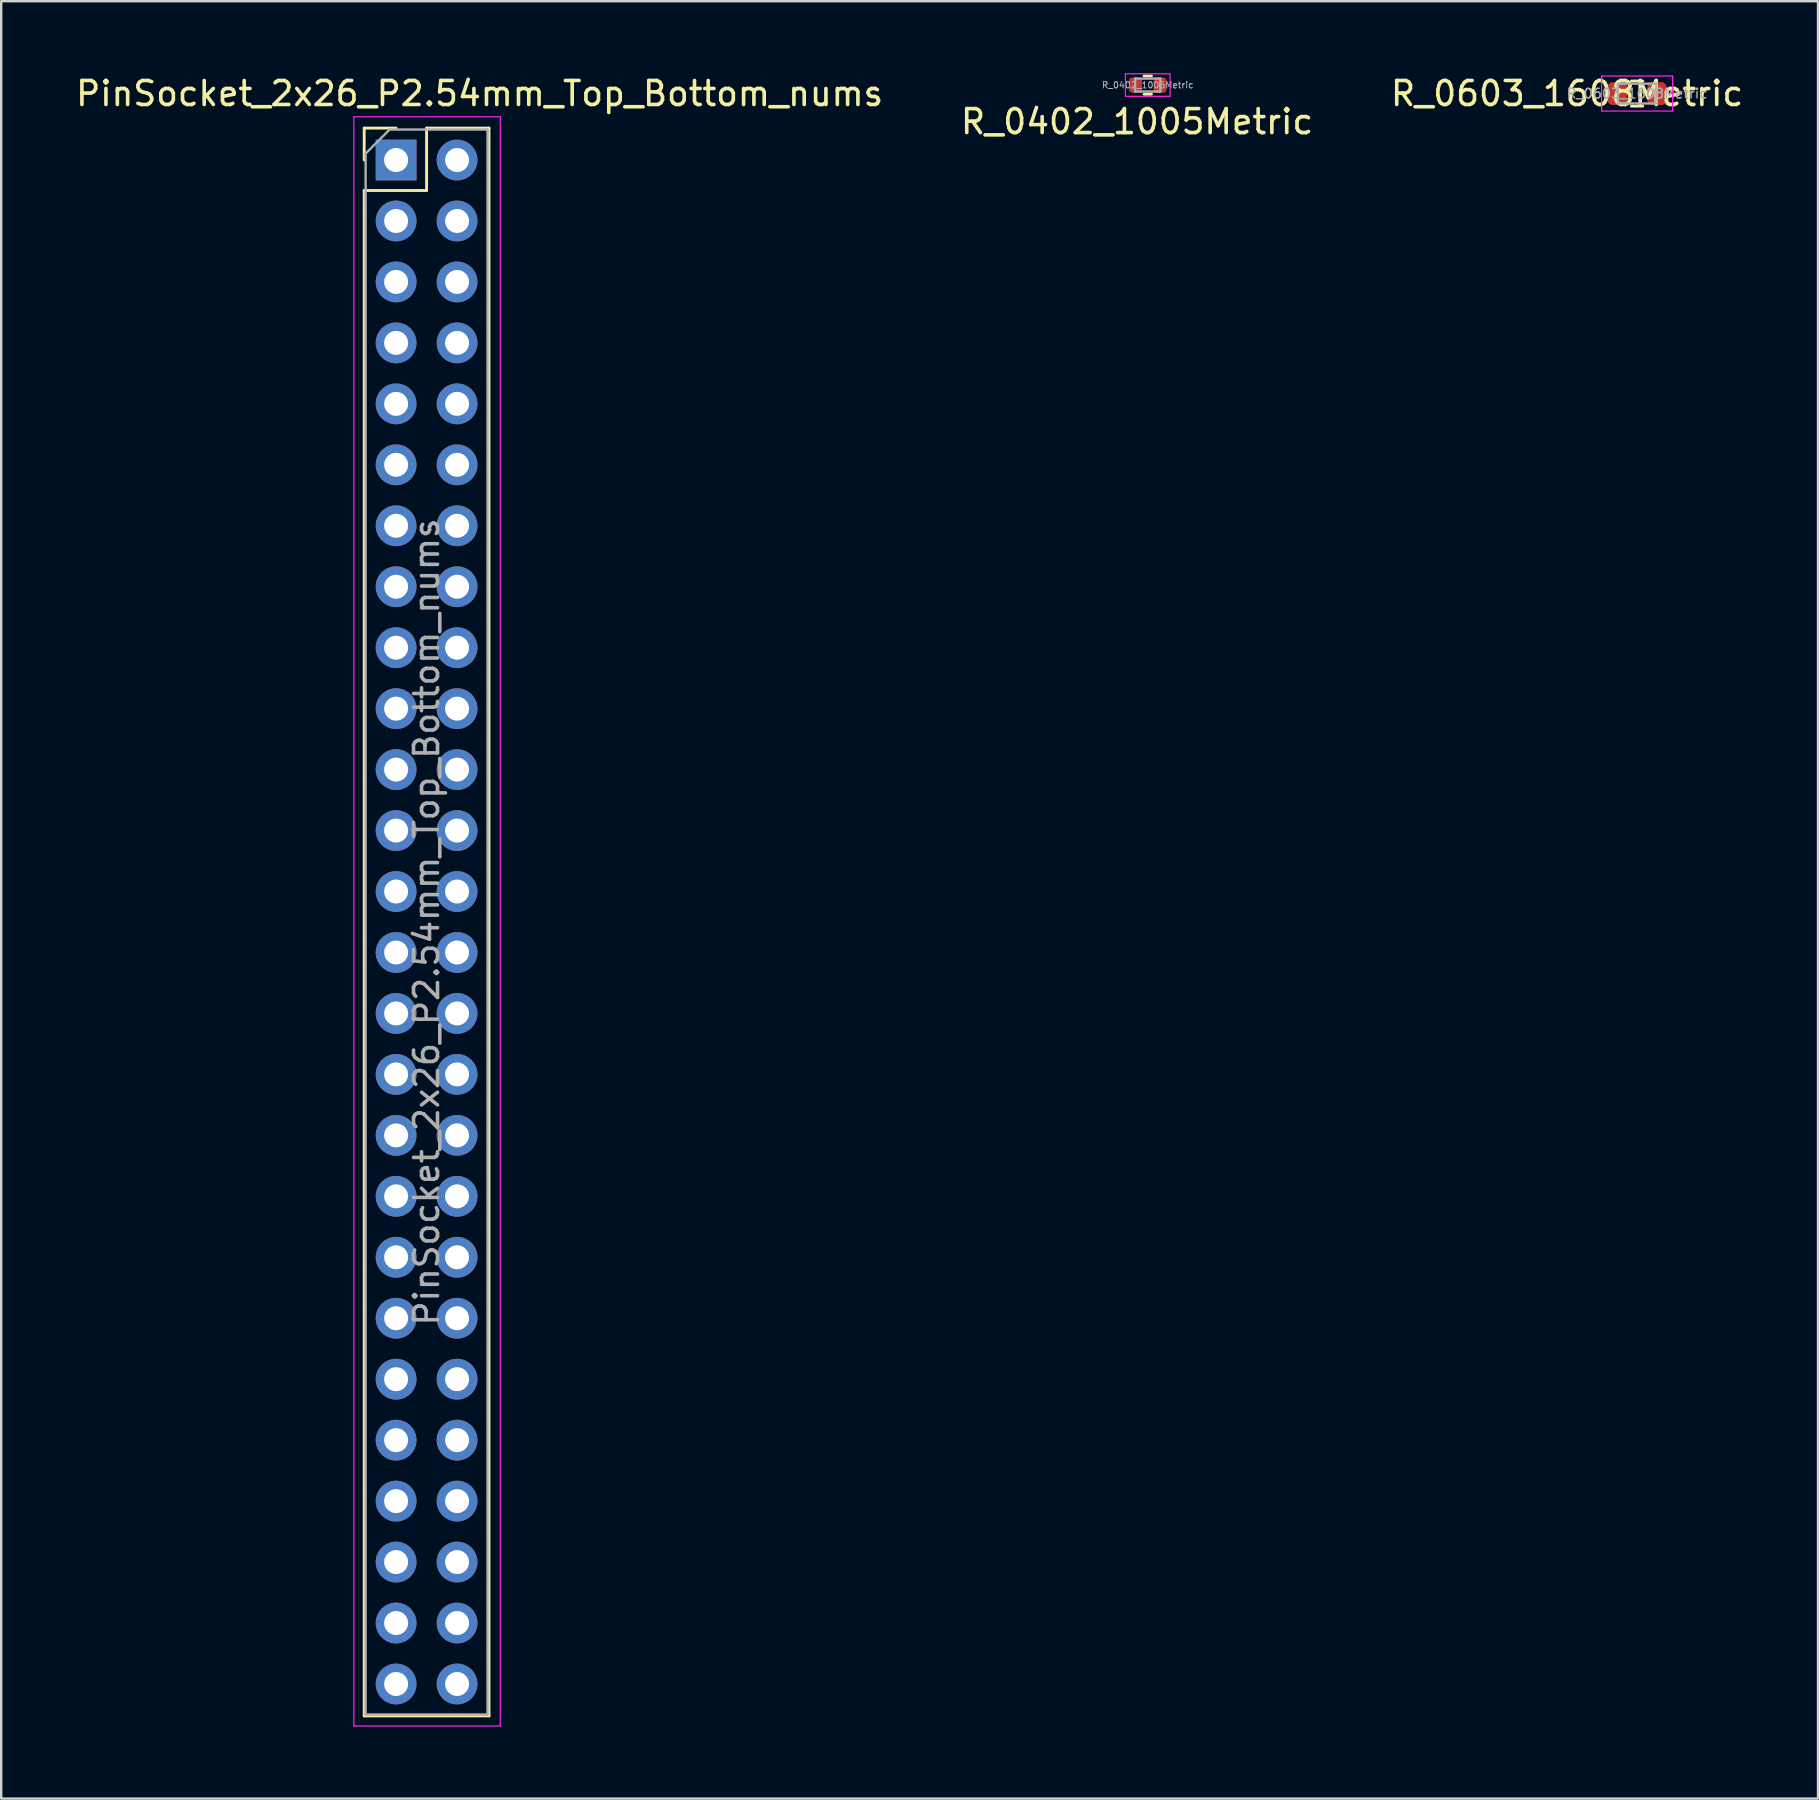
<source format=kicad_pcb>
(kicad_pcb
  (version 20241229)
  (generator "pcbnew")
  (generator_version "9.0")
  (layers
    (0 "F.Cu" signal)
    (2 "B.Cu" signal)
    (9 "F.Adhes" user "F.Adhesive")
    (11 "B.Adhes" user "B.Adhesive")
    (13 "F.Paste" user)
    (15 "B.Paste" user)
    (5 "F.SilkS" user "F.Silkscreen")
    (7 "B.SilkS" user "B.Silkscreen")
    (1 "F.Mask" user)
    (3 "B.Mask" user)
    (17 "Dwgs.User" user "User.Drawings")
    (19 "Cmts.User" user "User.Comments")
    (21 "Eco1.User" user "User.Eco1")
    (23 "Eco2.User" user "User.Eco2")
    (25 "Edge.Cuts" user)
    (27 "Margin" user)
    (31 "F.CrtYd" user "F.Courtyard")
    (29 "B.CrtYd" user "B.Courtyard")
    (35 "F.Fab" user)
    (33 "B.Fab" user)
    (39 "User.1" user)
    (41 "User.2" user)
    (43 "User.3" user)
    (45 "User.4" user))
  (footprint "R_0402_1005Metric"
    (layer "F.Cu")
    (at 44.774 0.495)
    (property "Reference" "R_0402_1005Metric" (at -0.447 1.524 0) (layer "F.SilkS") (effects (font (size 1 1) (thickness 0.15))))
    (attr smd)
    (fp_line (start -0.154 -0.38) (end 0.154 -0.38) (stroke (width 0.12) (type solid)) (layer "F.SilkS"))
    (fp_line (start -0.154 0.38) (end 0.154 0.38) (stroke (width 0.12) (type solid)) (layer "F.SilkS"))
    (fp_line (start -0.93 -0.47) (end 0.93 -0.47) (stroke (width 0.05) (type solid)) (layer "F.CrtYd"))
    (fp_line (start -0.93 0.47) (end -0.93 -0.47) (stroke (width 0.05) (type solid)) (layer "F.CrtYd"))
    (fp_line (start 0.93 -0.47) (end 0.93 0.47) (stroke (width 0.05) (type solid)) (layer "F.CrtYd"))
    (fp_line (start 0.93 0.47) (end -0.93 0.47) (stroke (width 0.05) (type solid)) (layer "F.CrtYd"))
    (fp_line (start -0.525 -0.27) (end 0.525 -0.27) (stroke (width 0.1) (type solid)) (layer "F.Fab"))
    (fp_line (start -0.525 0.27) (end -0.525 -0.27) (stroke (width 0.1) (type solid)) (layer "F.Fab"))
    (fp_line (start 0.525 -0.27) (end 0.525 0.27) (stroke (width 0.1) (type solid)) (layer "F.Fab"))
    (fp_line (start 0.525 0.27) (end -0.525 0.27) (stroke (width 0.1) (type solid)) (layer "F.Fab"))
    (fp_text user "${REFERENCE}" (at 0 0 0) (layer "F.Fab") (effects (font (size 0.26 0.26) (thickness 0.04))))
    (pad "1" smd roundrect (at -0.51 0) (size 0.54 0.64) (layers "F.Cu" "F.Mask" "F.Paste") (roundrect_rratio 0.25))
    (pad "2" smd roundrect (at 0.51 0) (size 0.54 0.64) (layers "F.Cu" "F.Mask" "F.Paste") (roundrect_rratio 0.25)))
  (footprint "PinSocket_2x26_P2.54mm_Top_Bottom_nums"
    (layer "F.Cu")
    (at 15.995 3.618)
    (property "Reference" "PinSocket_2x26_P2.54mm_Top_Bottom_nums" (at 0.94 -2.77 0) (layer "F.SilkS") (effects (font (size 1 1) (thickness 0.15))))
    (attr through_hole exclude_from_pos_files exclude_from_bom)
    (fp_line (start -3.87 -1.33) (end -3.87 0) (stroke (width 0.12) (type solid)) (layer "F.SilkS"))
    (fp_line (start -3.87 1.27) (end -3.87 64.83) (stroke (width 0.12) (type solid)) (layer "F.SilkS"))
    (fp_line (start -2.54 -1.33) (end -3.87 -1.33) (stroke (width 0.12) (type solid)) (layer "F.SilkS"))
    (fp_line (start -1.27 -1.33) (end -1.27 1.27) (stroke (width 0.12) (type solid)) (layer "F.SilkS"))
    (fp_line (start -1.27 1.27) (end -3.87 1.27) (stroke (width 0.12) (type solid)) (layer "F.SilkS"))
    (fp_line (start 1.33 -1.33) (end -1.27 -1.33) (stroke (width 0.12) (type solid)) (layer "F.SilkS"))
    (fp_line (start 1.33 -1.33) (end 1.33 64.83) (stroke (width 0.12) (type solid)) (layer "F.SilkS"))
    (fp_line (start 1.33 64.83) (end -3.87 64.83) (stroke (width 0.12) (type solid)) (layer "F.SilkS"))
    (fp_line (start -4.3 -1.8) (end -4.3 65.25) (stroke (width 0.05) (type solid)) (layer "F.CrtYd"))
    (fp_line (start -4.3 65.25) (end 1.8 65.25) (stroke (width 0.05) (type solid)) (layer "F.CrtYd"))
    (fp_line (start 1.8 -1.8) (end -4.3 -1.8) (stroke (width 0.05) (type solid)) (layer "F.CrtYd"))
    (fp_line (start 1.8 65.25) (end 1.8 -1.8) (stroke (width 0.05) (type solid)) (layer "F.CrtYd"))
    (fp_line (start -3.81 -0.27) (end -3.81 64.77) (stroke (width 0.1) (type solid)) (layer "F.Fab"))
    (fp_line (start -3.81 64.77) (end 1.27 64.77) (stroke (width 0.1) (type solid)) (layer "F.Fab"))
    (fp_line (start -2.81 -1.27) (end -3.81 -0.27) (stroke (width 0.1) (type solid)) (layer "F.Fab"))
    (fp_line (start 1.27 -1.27) (end -2.81 -1.27) (stroke (width 0.1) (type solid)) (layer "F.Fab"))
    (fp_line (start 1.27 64.77) (end 1.27 -1.27) (stroke (width 0.1) (type solid)) (layer "F.Fab"))
    (fp_text user "${REFERENCE}" (at -1.27 31.75 90) (layer "F.Fab") (effects (font (size 1 1) (thickness 0.15))))
    (pad "1" thru_hole rect (at -2.54 0) (size 1.7 1.7) (drill 1) (layers "*.Cu" "*.Mask"))
    (pad "2" thru_hole oval (at -2.54 2.54) (size 1.7 1.7) (drill 1) (layers "*.Cu" "*.Mask"))
    (pad "3" thru_hole oval (at -2.54 5.08) (size 1.7 1.7) (drill 1) (layers "*.Cu" "*.Mask"))
    (pad "4" thru_hole oval (at -2.54 7.62) (size 1.7 1.7) (drill 1) (layers "*.Cu" "*.Mask"))
    (pad "5" thru_hole oval (at -2.54 10.16) (size 1.7 1.7) (drill 1) (layers "*.Cu" "*.Mask"))
    (pad "6" thru_hole oval (at -2.54 12.7) (size 1.7 1.7) (drill 1) (layers "*.Cu" "*.Mask"))
    (pad "7" thru_hole oval (at -2.54 15.24) (size 1.7 1.7) (drill 1) (layers "*.Cu" "*.Mask"))
    (pad "8" thru_hole oval (at -2.54 17.78) (size 1.7 1.7) (drill 1) (layers "*.Cu" "*.Mask"))
    (pad "9" thru_hole oval (at -2.54 20.32) (size 1.7 1.7) (drill 1) (layers "*.Cu" "*.Mask"))
    (pad "10" thru_hole oval (at -2.54 22.86) (size 1.7 1.7) (drill 1) (layers "*.Cu" "*.Mask"))
    (pad "11" thru_hole oval (at -2.54 25.4) (size 1.7 1.7) (drill 1) (layers "*.Cu" "*.Mask"))
    (pad "12" thru_hole oval (at -2.54 27.94) (size 1.7 1.7) (drill 1) (layers "*.Cu" "*.Mask"))
    (pad "13" thru_hole oval (at -2.54 30.48) (size 1.7 1.7) (drill 1) (layers "*.Cu" "*.Mask"))
    (pad "14" thru_hole oval (at -2.54 33.02) (size 1.7 1.7) (drill 1) (layers "*.Cu" "*.Mask"))
    (pad "15" thru_hole oval (at -2.54 35.56) (size 1.7 1.7) (drill 1) (layers "*.Cu" "*.Mask"))
    (pad "16" thru_hole oval (at -2.54 38.1) (size 1.7 1.7) (drill 1) (layers "*.Cu" "*.Mask"))
    (pad "17" thru_hole oval (at -2.54 40.64) (size 1.7 1.7) (drill 1) (layers "*.Cu" "*.Mask"))
    (pad "18" thru_hole oval (at -2.54 43.18) (size 1.7 1.7) (drill 1) (layers "*.Cu" "*.Mask"))
    (pad "19" thru_hole oval (at -2.54 45.72) (size 1.7 1.7) (drill 1) (layers "*.Cu" "*.Mask"))
    (pad "20" thru_hole oval (at -2.54 48.26) (size 1.7 1.7) (drill 1) (layers "*.Cu" "*.Mask"))
    (pad "21" thru_hole oval (at -2.54 50.8) (size 1.7 1.7) (drill 1) (layers "*.Cu" "*.Mask"))
    (pad "22" thru_hole oval (at -2.54 53.34) (size 1.7 1.7) (drill 1) (layers "*.Cu" "*.Mask"))
    (pad "23" thru_hole oval (at -2.54 55.88) (size 1.7 1.7) (drill 1) (layers "*.Cu" "*.Mask"))
    (pad "24" thru_hole oval (at -2.54 58.42) (size 1.7 1.7) (drill 1) (layers "*.Cu" "*.Mask"))
    (pad "25" thru_hole oval (at -2.54 60.96) (size 1.7 1.7) (drill 1) (layers "*.Cu" "*.Mask"))
    (pad "26" thru_hole oval (at -2.54 63.5) (size 1.7 1.7) (drill 1) (layers "*.Cu" "*.Mask"))
    (pad "27" thru_hole oval (at 0 0) (size 1.7 1.7) (drill 1) (layers "*.Cu" "*.Mask"))
    (pad "28" thru_hole oval (at 0 2.54) (size 1.7 1.7) (drill 1) (layers "*.Cu" "*.Mask"))
    (pad "29" thru_hole oval (at 0 5.08) (size 1.7 1.7) (drill 1) (layers "*.Cu" "*.Mask"))
    (pad "30" thru_hole oval (at 0 7.62) (size 1.7 1.7) (drill 1) (layers "*.Cu" "*.Mask"))
    (pad "31" thru_hole oval (at 0 10.16) (size 1.7 1.7) (drill 1) (layers "*.Cu" "*.Mask"))
    (pad "32" thru_hole oval (at 0 12.7) (size 1.7 1.7) (drill 1) (layers "*.Cu" "*.Mask"))
    (pad "33" thru_hole oval (at 0 15.24) (size 1.7 1.7) (drill 1) (layers "*.Cu" "*.Mask"))
    (pad "34" thru_hole oval (at 0 17.78) (size 1.7 1.7) (drill 1) (layers "*.Cu" "*.Mask"))
    (pad "35" thru_hole oval (at 0 20.32) (size 1.7 1.7) (drill 1) (layers "*.Cu" "*.Mask"))
    (pad "36" thru_hole oval (at 0 22.86) (size 1.7 1.7) (drill 1) (layers "*.Cu" "*.Mask"))
    (pad "37" thru_hole oval (at 0 25.4) (size 1.7 1.7) (drill 1) (layers "*.Cu" "*.Mask"))
    (pad "38" thru_hole oval (at 0 27.94) (size 1.7 1.7) (drill 1) (layers "*.Cu" "*.Mask"))
    (pad "39" thru_hole oval (at 0 30.48) (size 1.7 1.7) (drill 1) (layers "*.Cu" "*.Mask"))
    (pad "40" thru_hole oval (at 0 33.02) (size 1.7 1.7) (drill 1) (layers "*.Cu" "*.Mask"))
    (pad "41" thru_hole oval (at 0 35.56) (size 1.7 1.7) (drill 1) (layers "*.Cu" "*.Mask"))
    (pad "42" thru_hole oval (at 0 38.1) (size 1.7 1.7) (drill 1) (layers "*.Cu" "*.Mask"))
    (pad "43" thru_hole oval (at 0 40.64) (size 1.7 1.7) (drill 1) (layers "*.Cu" "*.Mask"))
    (pad "44" thru_hole oval (at 0 43.18) (size 1.7 1.7) (drill 1) (layers "*.Cu" "*.Mask"))
    (pad "45" thru_hole oval (at 0 45.72) (size 1.7 1.7) (drill 1) (layers "*.Cu" "*.Mask"))
    (pad "46" thru_hole oval (at 0 48.26) (size 1.7 1.7) (drill 1) (layers "*.Cu" "*.Mask"))
    (pad "47" thru_hole oval (at 0 50.8) (size 1.7 1.7) (drill 1) (layers "*.Cu" "*.Mask"))
    (pad "48" thru_hole oval (at 0 53.34) (size 1.7 1.7) (drill 1) (layers "*.Cu" "*.Mask"))
    (pad "49" thru_hole oval (at 0 55.88) (size 1.7 1.7) (drill 1) (layers "*.Cu" "*.Mask"))
    (pad "50" thru_hole oval (at 0 58.42) (size 1.7 1.7) (drill 1) (layers "*.Cu" "*.Mask"))
    (pad "51" thru_hole oval (at 0 60.96) (size 1.7 1.7) (drill 1) (layers "*.Cu" "*.Mask"))
    (pad "52" thru_hole oval (at 0 63.5) (size 1.7 1.7) (drill 1) (layers "*.Cu" "*.Mask")))
  (footprint "R_0603_1608Metric"
    (layer "F.Cu")
    (at 65.165 0.848)
    (property "Reference" "R_0603_1608Metric" (at -2.921 0 180) (layer "F.SilkS") (effects (font (size 1 1) (thickness 0.15))))
    (attr smd)
    (fp_line (start -0.237 -0.522) (end 0.237 -0.522) (stroke (width 0.12) (type solid)) (layer "F.SilkS"))
    (fp_line (start -0.237 0.522) (end 0.237 0.522) (stroke (width 0.12) (type solid)) (layer "F.SilkS"))
    (fp_line (start -1.48 -0.73) (end 1.48 -0.73) (stroke (width 0.05) (type solid)) (layer "F.CrtYd"))
    (fp_line (start -1.48 0.73) (end -1.48 -0.73) (stroke (width 0.05) (type solid)) (layer "F.CrtYd"))
    (fp_line (start 1.48 -0.73) (end 1.48 0.73) (stroke (width 0.05) (type solid)) (layer "F.CrtYd"))
    (fp_line (start 1.48 0.73) (end -1.48 0.73) (stroke (width 0.05) (type solid)) (layer "F.CrtYd"))
    (fp_line (start -0.8 -0.412) (end 0.8 -0.412) (stroke (width 0.1) (type solid)) (layer "F.Fab"))
    (fp_line (start -0.8 0.412) (end -0.8 -0.412) (stroke (width 0.1) (type solid)) (layer "F.Fab"))
    (fp_line (start 0.8 -0.412) (end 0.8 0.412) (stroke (width 0.1) (type solid)) (layer "F.Fab"))
    (fp_line (start 0.8 0.412) (end -0.8 0.412) (stroke (width 0.1) (type solid)) (layer "F.Fab"))
    (fp_text user "${REFERENCE}" (at 0 0 180) (layer "F.Fab") (effects (font (size 0.4 0.4) (thickness 0.06))))
    (pad "1" smd roundrect (at -0.825 0) (size 0.8 0.95) (layers "F.Cu" "F.Mask" "F.Paste") (roundrect_rratio 0.25))
    (pad "2" smd roundrect (at 0.825 0) (size 0.8 0.95) (layers "F.Cu" "F.Mask" "F.Paste") (roundrect_rratio 0.25)))
  (gr_rect
    (start -3 -3)
    (end 72.702 71.893)
    (stroke (width 0.1) (type default))
    (fill no)
    (layer "Edge.Cuts")))
</source>
